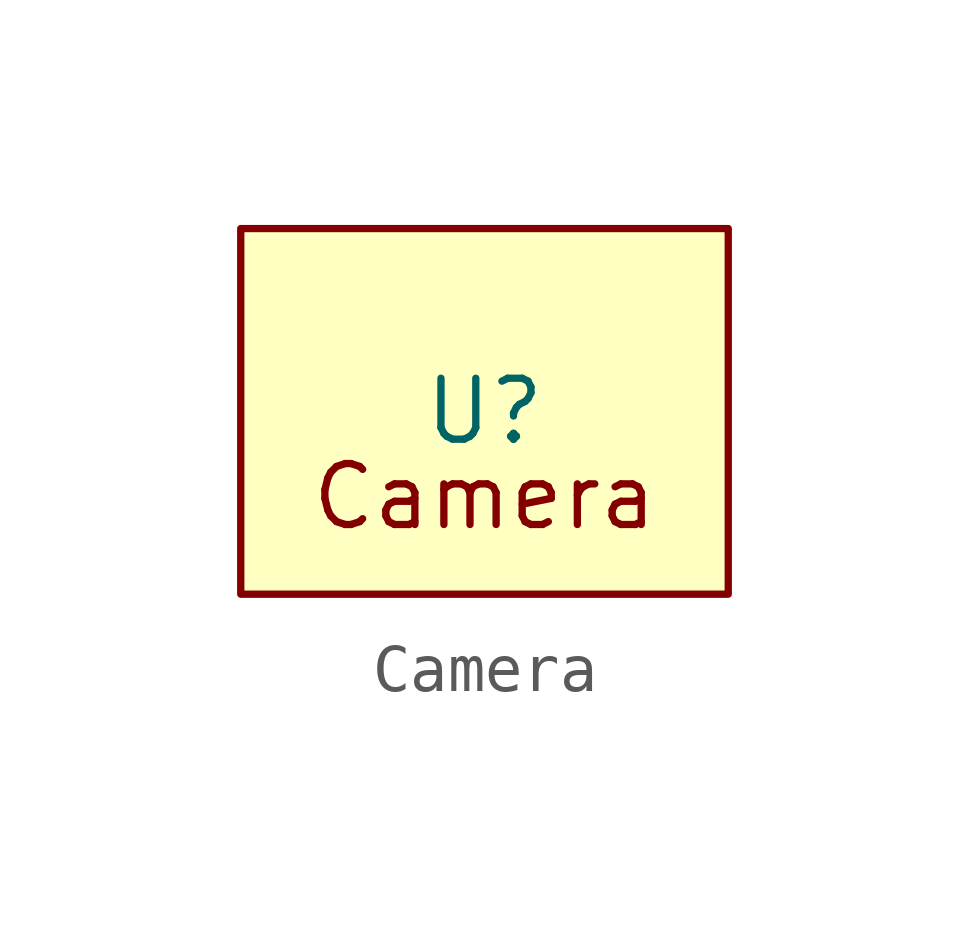
<source format=kicad_sym>
(kicad_symbol_lib
  (version 20231120)
  (generator "kicad_symbol_editor")
  (generator_version "8.0")
  (symbol "Camera"
    (property "Reference" "U"
      (at 0 0 0)
      (effects (font (size 1.27 1.27))))
    (property "Value" ""
      (at 0 0 0)
      (effects (font (size 1.27 1.27))))
    (symbol "Camera_1_1"
      (rectangle (start -5.08 3.81) (end 5.08 -3.81) (stroke (width 0) (type default)) (fill (type background)))
      (text "Camera" (at 0 -1.778 0) (effects (font (size 1.27 1.27)))))))
</source>
